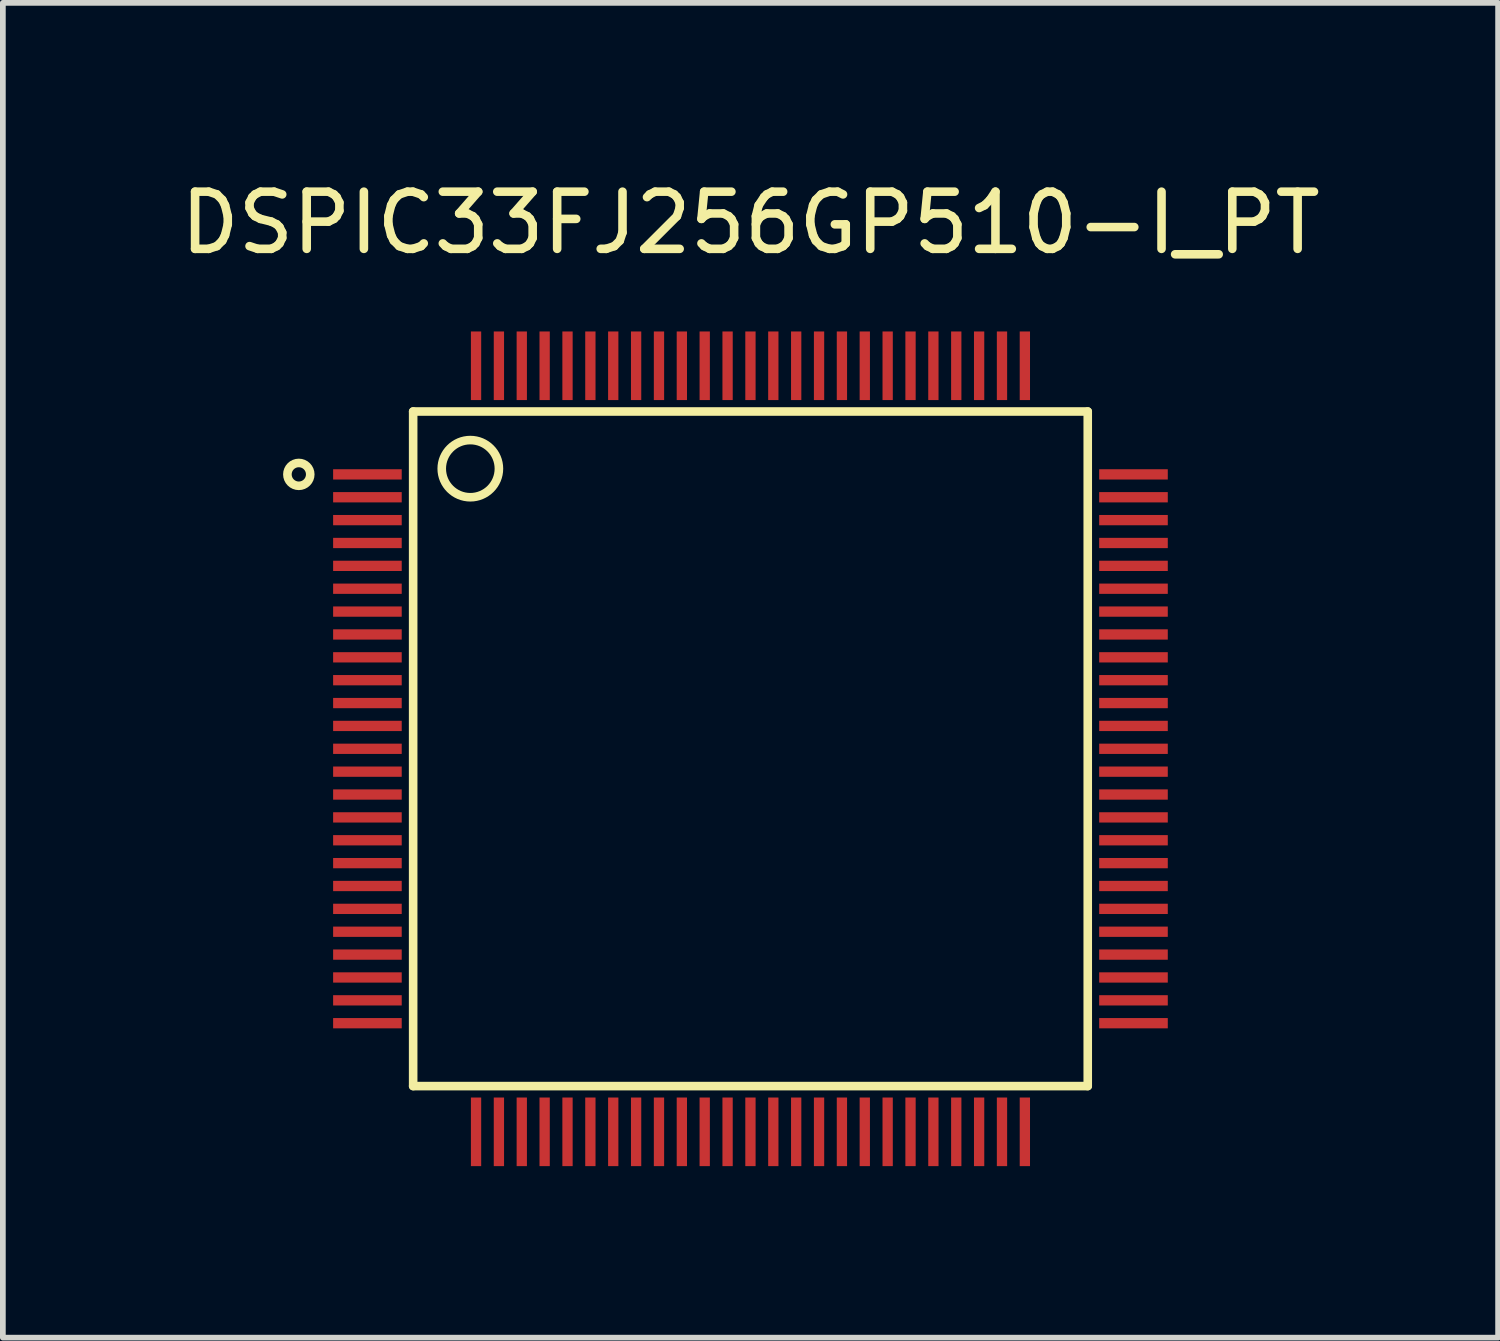
<source format=kicad_pcb>
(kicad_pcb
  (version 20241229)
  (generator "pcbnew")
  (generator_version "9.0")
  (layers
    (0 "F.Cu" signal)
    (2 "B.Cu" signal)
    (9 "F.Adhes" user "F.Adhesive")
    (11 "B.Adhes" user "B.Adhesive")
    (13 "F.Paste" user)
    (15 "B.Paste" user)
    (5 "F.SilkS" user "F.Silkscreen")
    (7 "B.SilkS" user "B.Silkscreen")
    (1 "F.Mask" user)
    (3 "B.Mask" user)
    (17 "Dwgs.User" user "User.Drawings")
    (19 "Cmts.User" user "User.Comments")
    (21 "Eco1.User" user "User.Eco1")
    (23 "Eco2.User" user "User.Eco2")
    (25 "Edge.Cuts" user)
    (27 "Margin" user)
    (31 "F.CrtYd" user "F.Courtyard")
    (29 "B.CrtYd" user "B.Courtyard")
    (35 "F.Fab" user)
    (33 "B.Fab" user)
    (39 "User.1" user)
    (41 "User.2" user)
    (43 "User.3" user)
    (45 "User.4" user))
  (footprint "DSPIC33FJ256GP510-I_PT"
    (layer "F.Cu")
    (at 3.377 3.348)
    (property "Reference" "DSPIC33FJ256GP510-I_PT" (at 6.7 -2.5 0) (layer "F.SilkS") (effects (font (size 1 1) (thickness 0.15))))
    (attr through_hole)
    (fp_line (start 0.8 0.8) (end 0.8 12.6) (stroke (width 0.15) (type solid)) (layer "F.SilkS"))
    (fp_line (start 0.8 0.8) (end 12.6 0.8) (stroke (width 0.15) (type solid)) (layer "F.SilkS"))
    (fp_line (start 0.8 12.6) (end 12.6 12.6) (stroke (width 0.15) (type solid)) (layer "F.SilkS"))
    (fp_line (start 12.6 12.6) (end 12.6 0.8) (stroke (width 0.15) (type solid)) (layer "F.SilkS"))
    (fp_circle (center -1.2 1.9) (end -1.2 1.7) (stroke (width 0.15) (type solid)) (fill no) (layer "F.SilkS"))
    (fp_circle (center 1.8 1.8) (end 1.8 1.3) (stroke (width 0.15) (type solid)) (fill no) (layer "F.SilkS"))
    (pad "1" smd rect (at 0 1.9) (size 1.2 0.18) (layers "F.Cu" "F.Mask" "F.Paste"))
    (pad "2" smd rect (at 0 2.3) (size 1.2 0.18) (layers "F.Cu" "F.Mask" "F.Paste"))
    (pad "3" smd rect (at 0 2.7) (size 1.2 0.18) (layers "F.Cu" "F.Mask" "F.Paste"))
    (pad "4" smd rect (at 0 3.1) (size 1.2 0.18) (layers "F.Cu" "F.Mask" "F.Paste"))
    (pad "5" smd rect (at 0 3.5) (size 1.2 0.18) (layers "F.Cu" "F.Mask" "F.Paste"))
    (pad "6" smd rect (at 0 3.9) (size 1.2 0.18) (layers "F.Cu" "F.Mask" "F.Paste"))
    (pad "7" smd rect (at 0 4.3) (size 1.2 0.18) (layers "F.Cu" "F.Mask" "F.Paste"))
    (pad "8" smd rect (at 0 4.7) (size 1.2 0.18) (layers "F.Cu" "F.Mask" "F.Paste"))
    (pad "9" smd rect (at 0 5.1) (size 1.2 0.18) (layers "F.Cu" "F.Mask" "F.Paste"))
    (pad "10" smd rect (at 0 5.5) (size 1.2 0.18) (layers "F.Cu" "F.Mask" "F.Paste"))
    (pad "11" smd rect (at 0 5.9) (size 1.2 0.18) (layers "F.Cu" "F.Mask" "F.Paste"))
    (pad "12" smd rect (at 0 6.3) (size 1.2 0.18) (layers "F.Cu" "F.Mask" "F.Paste"))
    (pad "13" smd rect (at 0 6.7) (size 1.2 0.18) (layers "F.Cu" "F.Mask" "F.Paste"))
    (pad "14" smd rect (at 0 7.1) (size 1.2 0.18) (layers "F.Cu" "F.Mask" "F.Paste"))
    (pad "15" smd rect (at 0 7.5) (size 1.2 0.18) (layers "F.Cu" "F.Mask" "F.Paste"))
    (pad "16" smd rect (at 0 7.9) (size 1.2 0.18) (layers "F.Cu" "F.Mask" "F.Paste"))
    (pad "17" smd rect (at 0 8.3) (size 1.2 0.18) (layers "F.Cu" "F.Mask" "F.Paste"))
    (pad "18" smd rect (at 0 8.7) (size 1.2 0.18) (layers "F.Cu" "F.Mask" "F.Paste"))
    (pad "19" smd rect (at 0 9.1) (size 1.2 0.18) (layers "F.Cu" "F.Mask" "F.Paste"))
    (pad "20" smd rect (at 0 9.5) (size 1.2 0.18) (layers "F.Cu" "F.Mask" "F.Paste"))
    (pad "21" smd rect (at 0 9.9) (size 1.2 0.18) (layers "F.Cu" "F.Mask" "F.Paste"))
    (pad "22" smd rect (at 0 10.3) (size 1.2 0.18) (layers "F.Cu" "F.Mask" "F.Paste"))
    (pad "23" smd rect (at 0 10.7) (size 1.2 0.18) (layers "F.Cu" "F.Mask" "F.Paste"))
    (pad "24" smd rect (at 0 11.1) (size 1.2 0.18) (layers "F.Cu" "F.Mask" "F.Paste"))
    (pad "25" smd rect (at 0 11.5) (size 1.2 0.18) (layers "F.Cu" "F.Mask" "F.Paste"))
    (pad "26" smd rect (at 1.9 13.4) (size 0.18 1.2) (layers "F.Cu" "F.Mask" "F.Paste"))
    (pad "27" smd rect (at 2.3 13.4) (size 0.18 1.2) (layers "F.Cu" "F.Mask" "F.Paste"))
    (pad "28" smd rect (at 2.7 13.4) (size 0.18 1.2) (layers "F.Cu" "F.Mask" "F.Paste"))
    (pad "29" smd rect (at 3.1 13.4) (size 0.18 1.2) (layers "F.Cu" "F.Mask" "F.Paste"))
    (pad "30" smd rect (at 3.5 13.4) (size 0.18 1.2) (layers "F.Cu" "F.Mask" "F.Paste"))
    (pad "31" smd rect (at 3.9 13.4) (size 0.18 1.2) (layers "F.Cu" "F.Mask" "F.Paste"))
    (pad "32" smd rect (at 4.3 13.4) (size 0.18 1.2) (layers "F.Cu" "F.Mask" "F.Paste"))
    (pad "33" smd rect (at 4.7 13.4) (size 0.18 1.2) (layers "F.Cu" "F.Mask" "F.Paste"))
    (pad "34" smd rect (at 5.1 13.4) (size 0.18 1.2) (layers "F.Cu" "F.Mask" "F.Paste"))
    (pad "35" smd rect (at 5.5 13.4) (size 0.18 1.2) (layers "F.Cu" "F.Mask" "F.Paste"))
    (pad "36" smd rect (at 5.9 13.4) (size 0.18 1.2) (layers "F.Cu" "F.Mask" "F.Paste"))
    (pad "37" smd rect (at 6.3 13.4) (size 0.18 1.2) (layers "F.Cu" "F.Mask" "F.Paste"))
    (pad "38" smd rect (at 6.7 13.4) (size 0.18 1.2) (layers "F.Cu" "F.Mask" "F.Paste"))
    (pad "39" smd rect (at 7.1 13.4) (size 0.18 1.2) (layers "F.Cu" "F.Mask" "F.Paste"))
    (pad "40" smd rect (at 7.5 13.4) (size 0.18 1.2) (layers "F.Cu" "F.Mask" "F.Paste"))
    (pad "41" smd rect (at 7.9 13.4) (size 0.18 1.2) (layers "F.Cu" "F.Mask" "F.Paste"))
    (pad "42" smd rect (at 8.3 13.4) (size 0.18 1.2) (layers "F.Cu" "F.Mask" "F.Paste"))
    (pad "43" smd rect (at 8.7 13.4) (size 0.18 1.2) (layers "F.Cu" "F.Mask" "F.Paste"))
    (pad "44" smd rect (at 9.1 13.4) (size 0.18 1.2) (layers "F.Cu" "F.Mask" "F.Paste"))
    (pad "45" smd rect (at 9.5 13.4) (size 0.18 1.2) (layers "F.Cu" "F.Mask" "F.Paste"))
    (pad "46" smd rect (at 9.9 13.4) (size 0.18 1.2) (layers "F.Cu" "F.Mask" "F.Paste"))
    (pad "47" smd rect (at 10.3 13.4) (size 0.18 1.2) (layers "F.Cu" "F.Mask" "F.Paste"))
    (pad "48" smd rect (at 10.7 13.4) (size 0.18 1.2) (layers "F.Cu" "F.Mask" "F.Paste"))
    (pad "49" smd rect (at 11.1 13.4) (size 0.18 1.2) (layers "F.Cu" "F.Mask" "F.Paste"))
    (pad "50" smd rect (at 11.5 13.4) (size 0.18 1.2) (layers "F.Cu" "F.Mask" "F.Paste"))
    (pad "51" smd rect (at 13.4 11.5) (size 1.2 0.18) (layers "F.Cu" "F.Mask" "F.Paste"))
    (pad "52" smd rect (at 13.4 11.1) (size 1.2 0.18) (layers "F.Cu" "F.Mask" "F.Paste"))
    (pad "53" smd rect (at 13.4 10.7) (size 1.2 0.18) (layers "F.Cu" "F.Mask" "F.Paste"))
    (pad "54" smd rect (at 13.4 10.3) (size 1.2 0.18) (layers "F.Cu" "F.Mask" "F.Paste"))
    (pad "55" smd rect (at 13.4 9.9) (size 1.2 0.18) (layers "F.Cu" "F.Mask" "F.Paste"))
    (pad "56" smd rect (at 13.4 9.5) (size 1.2 0.18) (layers "F.Cu" "F.Mask" "F.Paste"))
    (pad "57" smd rect (at 13.4 9.1) (size 1.2 0.18) (layers "F.Cu" "F.Mask" "F.Paste"))
    (pad "58" smd rect (at 13.4 8.7) (size 1.2 0.18) (layers "F.Cu" "F.Mask" "F.Paste"))
    (pad "59" smd rect (at 13.4 8.3) (size 1.2 0.18) (layers "F.Cu" "F.Mask" "F.Paste"))
    (pad "60" smd rect (at 13.4 7.9) (size 1.2 0.18) (layers "F.Cu" "F.Mask" "F.Paste"))
    (pad "61" smd rect (at 13.4 7.5) (size 1.2 0.18) (layers "F.Cu" "F.Mask" "F.Paste"))
    (pad "62" smd rect (at 13.4 7.1) (size 1.2 0.18) (layers "F.Cu" "F.Mask" "F.Paste"))
    (pad "63" smd rect (at 13.4 6.7) (size 1.2 0.18) (layers "F.Cu" "F.Mask" "F.Paste"))
    (pad "64" smd rect (at 13.4 6.3) (size 1.2 0.18) (layers "F.Cu" "F.Mask" "F.Paste"))
    (pad "65" smd rect (at 13.4 5.9) (size 1.2 0.18) (layers "F.Cu" "F.Mask" "F.Paste"))
    (pad "66" smd rect (at 13.4 5.5) (size 1.2 0.18) (layers "F.Cu" "F.Mask" "F.Paste"))
    (pad "67" smd rect (at 13.4 5.1) (size 1.2 0.18) (layers "F.Cu" "F.Mask" "F.Paste"))
    (pad "68" smd rect (at 13.4 4.7) (size 1.2 0.18) (layers "F.Cu" "F.Mask" "F.Paste"))
    (pad "69" smd rect (at 13.4 4.3) (size 1.2 0.18) (layers "F.Cu" "F.Mask" "F.Paste"))
    (pad "70" smd rect (at 13.4 3.9) (size 1.2 0.18) (layers "F.Cu" "F.Mask" "F.Paste"))
    (pad "71" smd rect (at 13.4 3.5) (size 1.2 0.18) (layers "F.Cu" "F.Mask" "F.Paste"))
    (pad "72" smd rect (at 13.4 3.1) (size 1.2 0.18) (layers "F.Cu" "F.Mask" "F.Paste"))
    (pad "73" smd rect (at 13.4 2.7) (size 1.2 0.18) (layers "F.Cu" "F.Mask" "F.Paste"))
    (pad "74" smd rect (at 13.4 2.3) (size 1.2 0.18) (layers "F.Cu" "F.Mask" "F.Paste"))
    (pad "75" smd rect (at 13.4 1.9) (size 1.2 0.18) (layers "F.Cu" "F.Mask" "F.Paste"))
    (pad "76" smd rect (at 11.5 0) (size 0.18 1.2) (layers "F.Cu" "F.Mask" "F.Paste"))
    (pad "77" smd rect (at 11.1 0) (size 0.18 1.2) (layers "F.Cu" "F.Mask" "F.Paste"))
    (pad "78" smd rect (at 10.7 0) (size 0.18 1.2) (layers "F.Cu" "F.Mask" "F.Paste"))
    (pad "79" smd rect (at 10.3 0) (size 0.18 1.2) (layers "F.Cu" "F.Mask" "F.Paste"))
    (pad "80" smd rect (at 9.9 0) (size 0.18 1.2) (layers "F.Cu" "F.Mask" "F.Paste"))
    (pad "81" smd rect (at 9.5 0) (size 0.18 1.2) (layers "F.Cu" "F.Mask" "F.Paste"))
    (pad "82" smd rect (at 9.1 0) (size 0.18 1.2) (layers "F.Cu" "F.Mask" "F.Paste"))
    (pad "83" smd rect (at 8.7 0) (size 0.18 1.2) (layers "F.Cu" "F.Mask" "F.Paste"))
    (pad "84" smd rect (at 8.3 0) (size 0.18 1.2) (layers "F.Cu" "F.Mask" "F.Paste"))
    (pad "85" smd rect (at 7.9 0) (size 0.18 1.2) (layers "F.Cu" "F.Mask" "F.Paste"))
    (pad "86" smd rect (at 7.5 0) (size 0.18 1.2) (layers "F.Cu" "F.Mask" "F.Paste"))
    (pad "87" smd rect (at 7.1 0) (size 0.18 1.2) (layers "F.Cu" "F.Mask" "F.Paste"))
    (pad "88" smd rect (at 6.7 0) (size 0.18 1.2) (layers "F.Cu" "F.Mask" "F.Paste"))
    (pad "89" smd rect (at 6.3 0) (size 0.18 1.2) (layers "F.Cu" "F.Mask" "F.Paste"))
    (pad "90" smd rect (at 5.9 0) (size 0.18 1.2) (layers "F.Cu" "F.Mask" "F.Paste"))
    (pad "91" smd rect (at 5.5 0) (size 0.18 1.2) (layers "F.Cu" "F.Mask" "F.Paste"))
    (pad "92" smd rect (at 5.1 0) (size 0.18 1.2) (layers "F.Cu" "F.Mask" "F.Paste"))
    (pad "93" smd rect (at 4.7 0) (size 0.18 1.2) (layers "F.Cu" "F.Mask" "F.Paste"))
    (pad "94" smd rect (at 4.3 0) (size 0.18 1.2) (layers "F.Cu" "F.Mask" "F.Paste"))
    (pad "95" smd rect (at 3.9 0) (size 0.18 1.2) (layers "F.Cu" "F.Mask" "F.Paste"))
    (pad "96" smd rect (at 3.5 0) (size 0.18 1.2) (layers "F.Cu" "F.Mask" "F.Paste"))
    (pad "97" smd rect (at 3.1 0) (size 0.18 1.2) (layers "F.Cu" "F.Mask" "F.Paste"))
    (pad "98" smd rect (at 2.7 0) (size 0.18 1.2) (layers "F.Cu" "F.Mask" "F.Paste"))
    (pad "99" smd rect (at 2.3 0) (size 0.18 1.2) (layers "F.Cu" "F.Mask" "F.Paste"))
    (pad "100" smd rect (at 1.9 0) (size 0.18 1.2) (layers "F.Cu" "F.Mask" "F.Paste")))
  (gr_rect
    (start -3 -3)
    (end 23.155 20.348)
    (stroke (width 0.1) (type default))
    (fill no)
    (layer "Edge.Cuts")))
</source>
